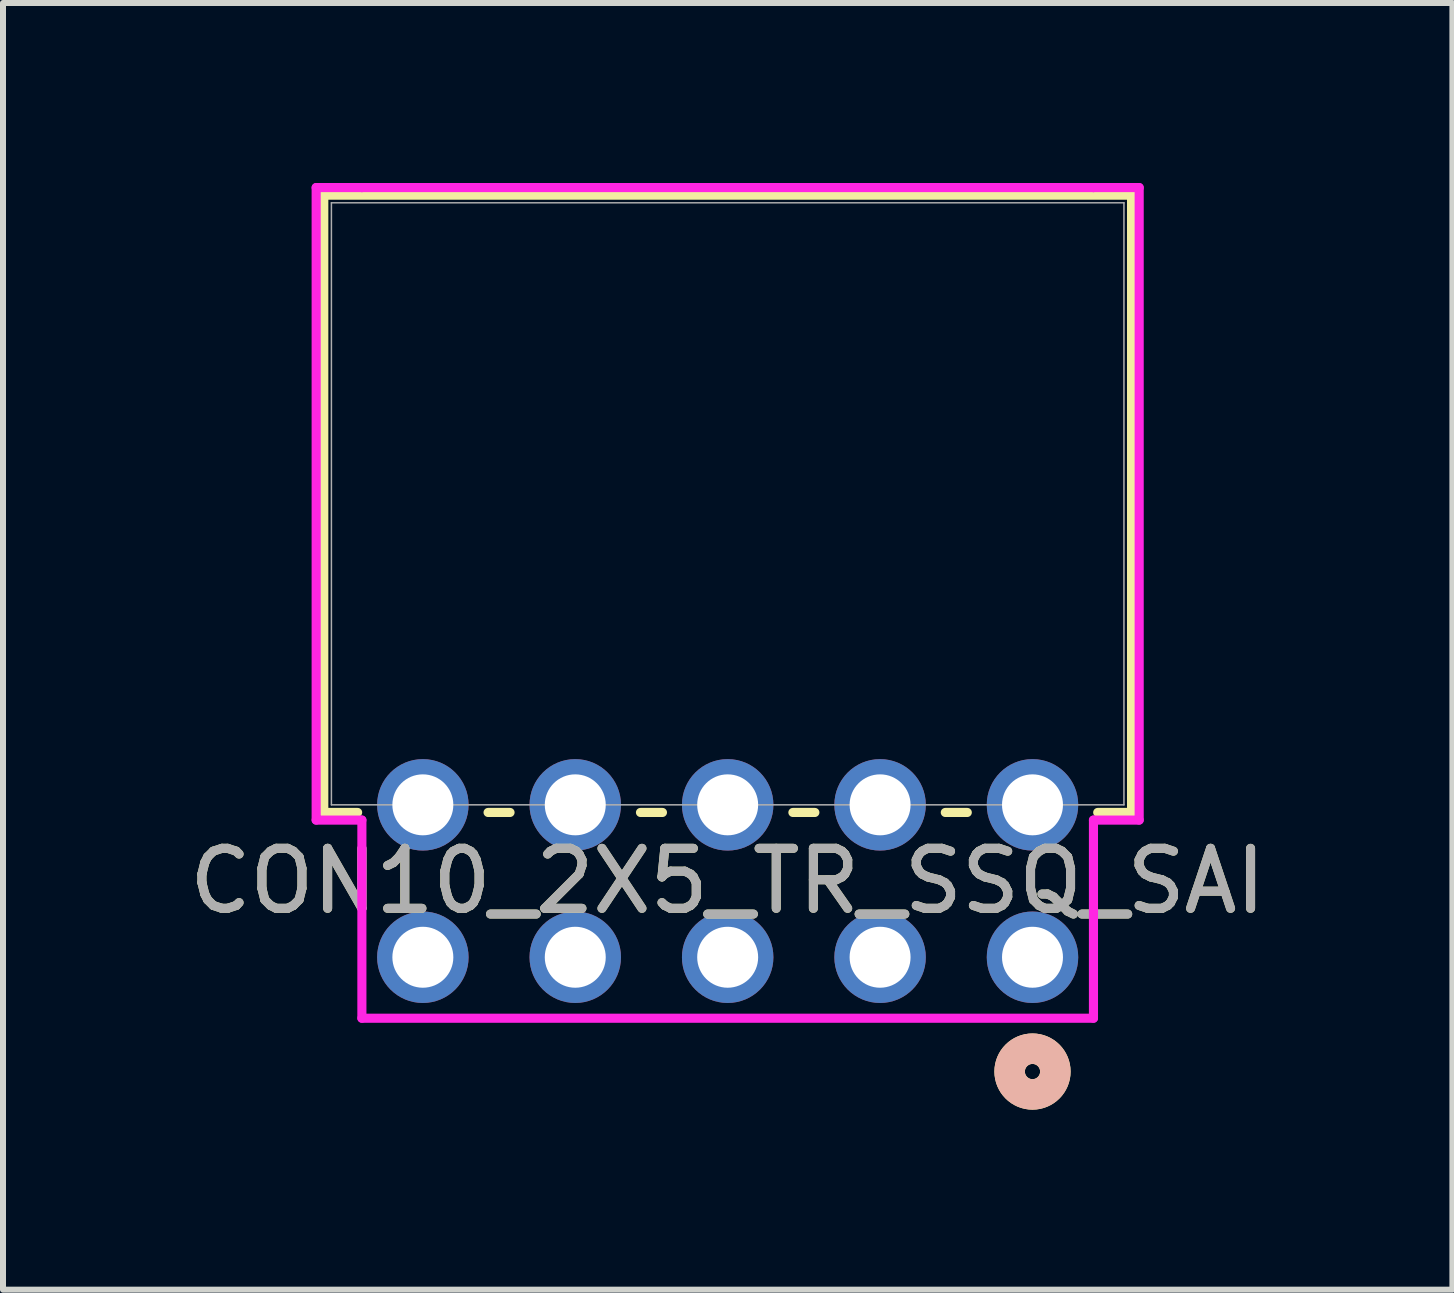
<source format=kicad_pcb>
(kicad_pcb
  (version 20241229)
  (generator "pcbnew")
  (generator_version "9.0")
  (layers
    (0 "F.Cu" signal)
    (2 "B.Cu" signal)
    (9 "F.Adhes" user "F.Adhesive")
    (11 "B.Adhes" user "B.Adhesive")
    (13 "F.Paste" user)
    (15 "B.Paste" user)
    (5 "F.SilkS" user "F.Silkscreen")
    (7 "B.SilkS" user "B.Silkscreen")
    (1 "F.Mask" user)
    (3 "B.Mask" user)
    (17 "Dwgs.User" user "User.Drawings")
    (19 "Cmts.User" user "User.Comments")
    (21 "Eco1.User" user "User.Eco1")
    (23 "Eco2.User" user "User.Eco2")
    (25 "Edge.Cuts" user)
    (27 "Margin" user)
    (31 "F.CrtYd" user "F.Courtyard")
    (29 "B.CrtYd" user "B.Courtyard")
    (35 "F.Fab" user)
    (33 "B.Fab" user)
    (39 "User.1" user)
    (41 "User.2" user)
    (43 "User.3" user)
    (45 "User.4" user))
  (footprint "CON10_2X5_TR_SSQ_SAI"
    (layer "F.Cu")
    (at 9.077 11.633)
    (property "Reference" "CON10_2X5_TR_SSQ_SAI" (at 0 0 0) (unlocked yes) (layer "F.SilkS") (effects (font (size 1 1) (thickness 0.15))))
    (attr through_hole)
    (fp_line (start -6.731 -11.43) (end -6.731 -1.143) (stroke (width 0.152) (type solid)) (layer "F.SilkS"))
    (fp_line (start -6.731 -1.143) (end -6.167 -1.143) (stroke (width 0.152) (type solid)) (layer "F.SilkS"))
    (fp_line (start -3.993 -1.143) (end -3.627 -1.143) (stroke (width 0.152) (type solid)) (layer "F.SilkS"))
    (fp_line (start -1.453 -1.143) (end -1.087 -1.143) (stroke (width 0.152) (type solid)) (layer "F.SilkS"))
    (fp_line (start 1.087 -1.143) (end 1.453 -1.143) (stroke (width 0.152) (type solid)) (layer "F.SilkS"))
    (fp_line (start 3.627 -1.143) (end 3.993 -1.143) (stroke (width 0.152) (type solid)) (layer "F.SilkS"))
    (fp_line (start 6.167 -1.143) (end 6.731 -1.143) (stroke (width 0.152) (type solid)) (layer "F.SilkS"))
    (fp_line (start 6.731 -11.43) (end -6.731 -11.43) (stroke (width 0.152) (type solid)) (layer "F.SilkS"))
    (fp_line (start 6.731 -1.143) (end 6.731 -11.43) (stroke (width 0.152) (type solid)) (layer "F.SilkS"))
    (fp_circle (center 5.08 3.175) (end 5.461 3.175) (stroke (width 0.508) (type solid)) (fill no) (layer "F.SilkS"))
    (fp_circle (center 5.08 3.175) (end 5.461 3.175) (stroke (width 0.508) (type solid)) (fill no) (layer "B.SilkS"))
    (fp_line (start -6.858 -11.557) (end -6.858 -1.016) (stroke (width 0.152) (type solid)) (layer "F.CrtYd"))
    (fp_line (start -6.858 -1.016) (end -6.096 -1.016) (stroke (width 0.152) (type solid)) (layer "F.CrtYd"))
    (fp_line (start -6.096 -11.557) (end -6.858 -11.557) (stroke (width 0.152) (type solid)) (layer "F.CrtYd"))
    (fp_line (start -6.096 -11.557) (end -6.096 -11.557) (stroke (width 0.152) (type solid)) (layer "F.CrtYd"))
    (fp_line (start -6.096 -1.016) (end -6.096 2.286) (stroke (width 0.152) (type solid)) (layer "F.CrtYd"))
    (fp_line (start -6.096 2.286) (end 6.096 2.286) (stroke (width 0.152) (type solid)) (layer "F.CrtYd"))
    (fp_line (start 6.096 -11.557) (end -6.096 -11.557) (stroke (width 0.152) (type solid)) (layer "F.CrtYd"))
    (fp_line (start 6.096 -11.557) (end 6.096 -11.557) (stroke (width 0.152) (type solid)) (layer "F.CrtYd"))
    (fp_line (start 6.096 -1.016) (end 6.858 -1.016) (stroke (width 0.152) (type solid)) (layer "F.CrtYd"))
    (fp_line (start 6.096 2.286) (end 6.096 -1.016) (stroke (width 0.152) (type solid)) (layer "F.CrtYd"))
    (fp_line (start 6.858 -11.557) (end 6.096 -11.557) (stroke (width 0.152) (type solid)) (layer "F.CrtYd"))
    (fp_line (start 6.858 -1.016) (end 6.858 -11.557) (stroke (width 0.152) (type solid)) (layer "F.CrtYd"))
    (fp_line (start -6.604 -11.303) (end -6.604 -1.27) (stroke (width 0.025) (type solid)) (layer "F.Fab"))
    (fp_line (start -6.604 -1.27) (end 6.604 -1.27) (stroke (width 0.025) (type solid)) (layer "F.Fab"))
    (fp_line (start 6.604 -11.303) (end -6.604 -11.303) (stroke (width 0.025) (type solid)) (layer "F.Fab"))
    (fp_line (start 6.604 -1.27) (end 6.604 -11.303) (stroke (width 0.025) (type solid)) (layer "F.Fab"))
    (fp_circle (center 5.08 1.27) (end 5.334 1.27) (stroke (width 0.025) (type solid)) (fill no) (layer "F.Fab"))
    (fp_text user "${REFERENCE}" (at 0 0 0) (unlocked yes) (layer "F.Fab") (effects (font (size 1 1) (thickness 0.15))))
    (pad "1" thru_hole circle (at 5.08 1.27 90) (size 1.524 1.524) (drill 1.016) (layers "*.Cu" "*.Mask"))
    (pad "2" thru_hole circle (at 5.08 -1.27 90) (size 1.524 1.524) (drill 1.016) (layers "*.Cu" "*.Mask"))
    (pad "3" thru_hole circle (at 2.54 1.27 90) (size 1.524 1.524) (drill 1.016) (layers "*.Cu" "*.Mask"))
    (pad "4" thru_hole circle (at 2.54 -1.27 90) (size 1.524 1.524) (drill 1.016) (layers "*.Cu" "*.Mask"))
    (pad "5" thru_hole circle (at 0 1.27 90) (size 1.524 1.524) (drill 1.016) (layers "*.Cu" "*.Mask"))
    (pad "6" thru_hole circle (at 0 -1.27 90) (size 1.524 1.524) (drill 1.016) (layers "*.Cu" "*.Mask"))
    (pad "7" thru_hole circle (at -2.54 1.27 90) (size 1.524 1.524) (drill 1.016) (layers "*.Cu" "*.Mask"))
    (pad "8" thru_hole circle (at -2.54 -1.27 90) (size 1.524 1.524) (drill 1.016) (layers "*.Cu" "*.Mask"))
    (pad "9" thru_hole circle (at -5.08 1.27 90) (size 1.524 1.524) (drill 1.016) (layers "*.Cu" "*.Mask"))
    (pad "10" thru_hole circle (at -5.08 -1.27 90) (size 1.524 1.524) (drill 1.016) (layers "*.Cu" "*.Mask")))
  (gr_rect
    (start -3 -3)
    (end 21.155 18.443)
    (stroke (width 0.1) (type default))
    (fill no)
    (layer "Edge.Cuts")))
</source>
